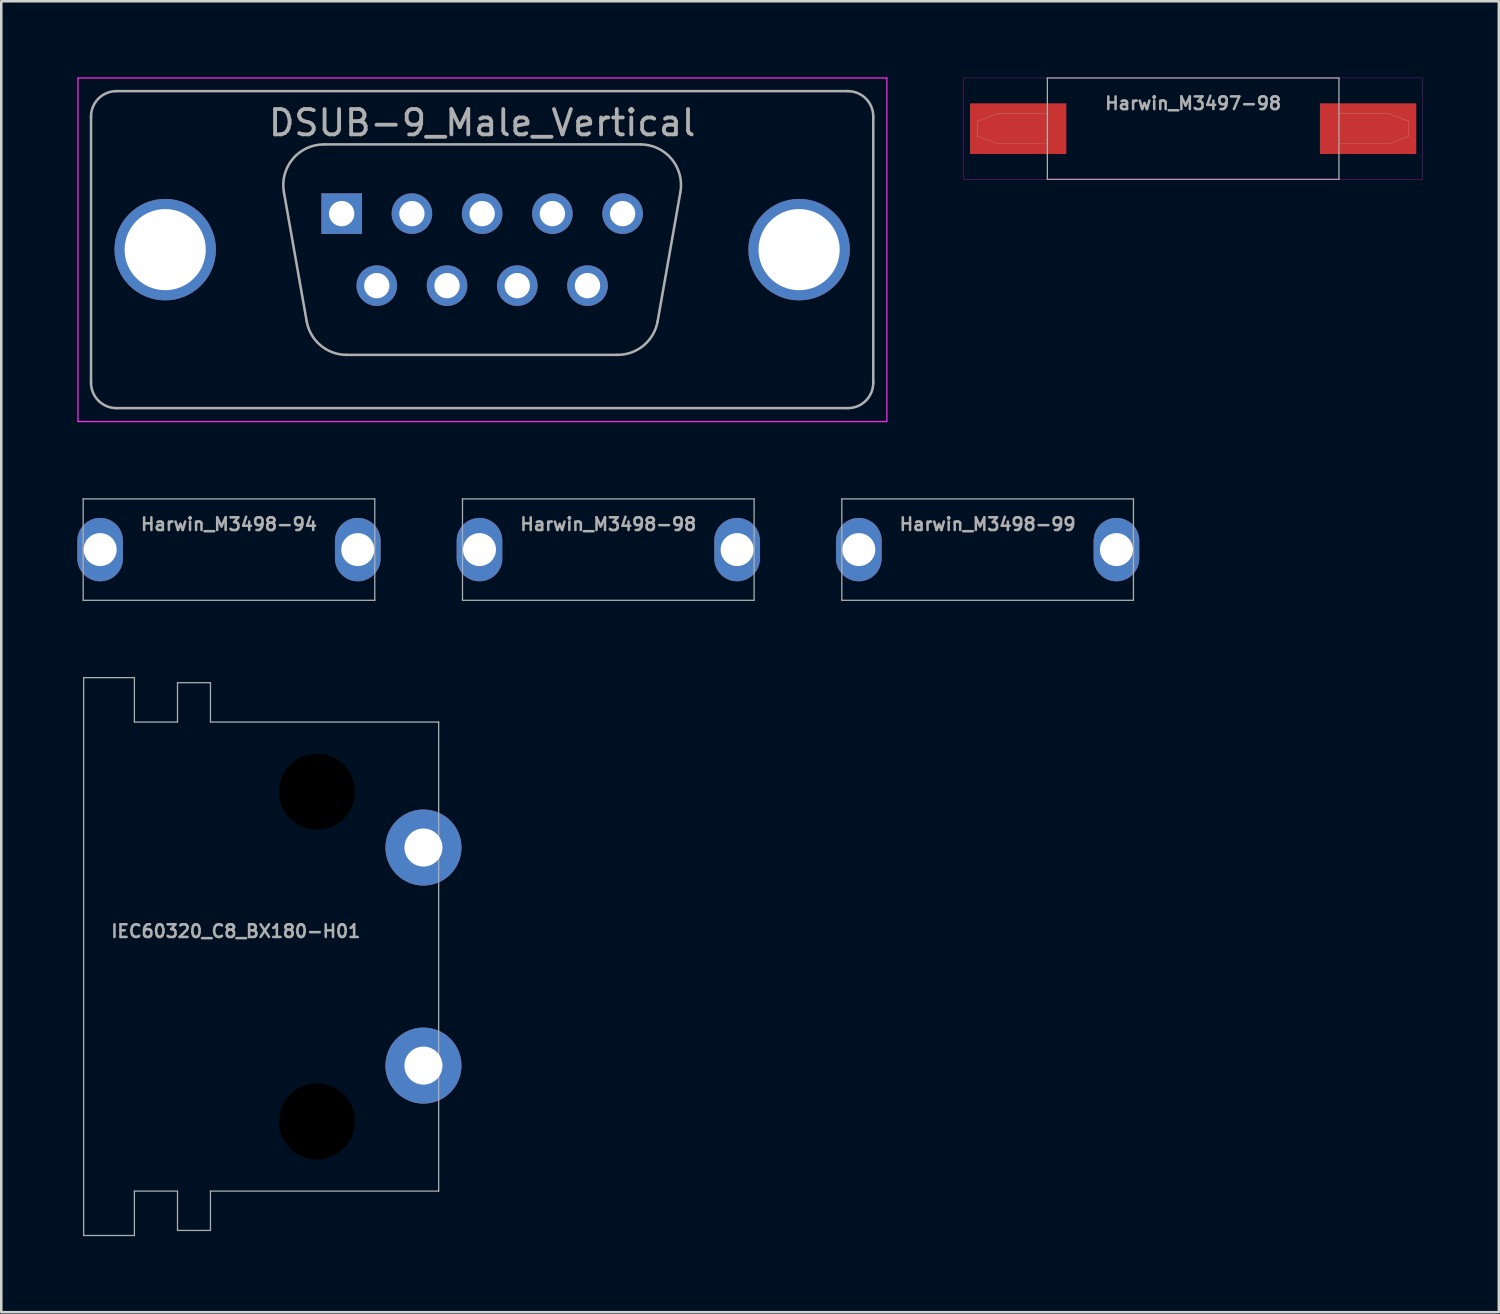
<source format=kicad_pcb>
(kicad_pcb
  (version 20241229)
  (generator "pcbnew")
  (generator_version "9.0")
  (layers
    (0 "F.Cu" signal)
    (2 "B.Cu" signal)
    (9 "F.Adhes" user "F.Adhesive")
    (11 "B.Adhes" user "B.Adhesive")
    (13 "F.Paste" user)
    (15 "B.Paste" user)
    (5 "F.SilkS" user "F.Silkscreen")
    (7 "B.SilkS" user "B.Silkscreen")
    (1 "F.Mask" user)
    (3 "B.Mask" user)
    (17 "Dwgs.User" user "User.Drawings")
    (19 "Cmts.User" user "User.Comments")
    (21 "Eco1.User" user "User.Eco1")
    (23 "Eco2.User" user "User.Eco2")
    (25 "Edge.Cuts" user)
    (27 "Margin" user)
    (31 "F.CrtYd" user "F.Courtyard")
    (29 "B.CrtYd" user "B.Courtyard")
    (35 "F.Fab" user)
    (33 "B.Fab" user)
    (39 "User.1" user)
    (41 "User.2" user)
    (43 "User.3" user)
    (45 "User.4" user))
  (footprint "IEC60320_C8_BX180-H01"
    (layer "F.Cu")
    (at 0.25 34.675)
    (property "Reference" "IEC60320_C8_BX180-H01" (at 6 -1 0) (unlocked yes) (layer "F.Fab") (effects (font (size 0.5 0.5) (thickness 0.1))))
    (attr smd)
    (fp_line (start 0 -11) (end 0 11) (stroke (width 0.05) (type solid)) (layer "F.Fab"))
    (fp_line (start 0 -11) (end 2 -11) (stroke (width 0.05) (type solid)) (layer "F.Fab"))
    (fp_line (start 0 11) (end 2 11) (stroke (width 0.05) (type solid)) (layer "F.Fab"))
    (fp_line (start 2 -11) (end 2 -9.25) (stroke (width 0.05) (type solid)) (layer "F.Fab"))
    (fp_line (start 2 -9.25) (end 3.7 -9.25) (stroke (width 0.05) (type solid)) (layer "F.Fab"))
    (fp_line (start 2 9.25) (end 3.7 9.25) (stroke (width 0.05) (type solid)) (layer "F.Fab"))
    (fp_line (start 2 11) (end 2 9.25) (stroke (width 0.05) (type solid)) (layer "F.Fab"))
    (fp_line (start 3.7 -10.8) (end 5 -10.8) (stroke (width 0.05) (type solid)) (layer "F.Fab"))
    (fp_line (start 3.7 -9.25) (end 3.7 -10.8) (stroke (width 0.05) (type solid)) (layer "F.Fab"))
    (fp_line (start 3.7 9.25) (end 3.7 10.8) (stroke (width 0.05) (type solid)) (layer "F.Fab"))
    (fp_line (start 3.7 10.8) (end 5 10.8) (stroke (width 0.05) (type solid)) (layer "F.Fab"))
    (fp_line (start 5 -10.8) (end 5 -9.25) (stroke (width 0.05) (type solid)) (layer "F.Fab"))
    (fp_line (start 5 -9.25) (end 14 -9.25) (stroke (width 0.05) (type solid)) (layer "F.Fab"))
    (fp_line (start 5 9.25) (end 14 9.25) (stroke (width 0.05) (type solid)) (layer "F.Fab"))
    (fp_line (start 5 10.8) (end 5 9.25) (stroke (width 0.05) (type solid)) (layer "F.Fab"))
    (fp_line (start 14 -9.25) (end 14 9.25) (stroke (width 0.05) (type solid)) (layer "F.Fab"))
    (pad "" np_thru_hole circle (at 9.2 -6.5) (size 3 3) (drill 3) (layers "*.Mask"))
    (pad "" np_thru_hole circle (at 9.2 6.5) (size 3 3) (drill 3) (layers "*.Mask"))
    (pad "1" thru_hole circle (at 13.4 -4.3) (size 3 3) (drill 1.5) (layers "*.Cu" "*.Mask"))
    (pad "2" thru_hole circle (at 13.4 4.3) (size 3 3) (drill 1.5) (layers "*.Cu" "*.Mask")))
  (footprint "DSUB-9_Male_Vertical"
    (layer "F.Cu")
    (at 15.965 6.795)
    (property "Reference" "DSUB-9_Male_Vertical" (at 0 -5 0) (layer "F.Fab") (effects (font (size 1 1) (thickness 0.15))))
    (attr through_hole)
    (fp_line (start -15.94 -6.77) (end -15.94 6.78) (stroke (width 0.05) (type solid)) (layer "F.CrtYd"))
    (fp_line (start -15.94 6.78) (end 15.96 6.78) (stroke (width 0.05) (type solid)) (layer "F.CrtYd"))
    (fp_line (start 15.96 -6.77) (end -15.94 -6.77) (stroke (width 0.05) (type solid)) (layer "F.CrtYd"))
    (fp_line (start 15.96 6.78) (end 15.96 -6.77) (stroke (width 0.05) (type solid)) (layer "F.CrtYd"))
    (fp_line (start -15.425 5.25) (end -15.425 -5.25) (stroke (width 0.1) (type solid)) (layer "F.Fab"))
    (fp_line (start -14.425 -6.25) (end 14.425 -6.25) (stroke (width 0.1) (type solid)) (layer "F.Fab"))
    (fp_line (start -7.819 -2.272) (end -6.92 2.828) (stroke (width 0.1) (type solid)) (layer "F.Fab"))
    (fp_line (start -6.243 -4.15) (end 6.243 -4.15) (stroke (width 0.1) (type solid)) (layer "F.Fab"))
    (fp_line (start -5.344 4.15) (end 5.344 4.15) (stroke (width 0.1) (type solid)) (layer "F.Fab"))
    (fp_line (start 7.819 -2.272) (end 6.92 2.828) (stroke (width 0.1) (type solid)) (layer "F.Fab"))
    (fp_line (start 14.425 6.25) (end -14.425 6.25) (stroke (width 0.1) (type solid)) (layer "F.Fab"))
    (fp_line (start 15.425 -5.25) (end 15.425 5.25) (stroke (width 0.1) (type solid)) (layer "F.Fab"))
    (fp_arc (start -15.425 -5.25) (mid -15.132107 -5.957107) (end -14.425 -6.25) (stroke (width 0.1) (type solid)) (layer "F.Fab"))
    (fp_arc (start -14.425 6.25) (mid -15.132107 5.957107) (end -15.425 5.25) (stroke (width 0.1) (type solid)) (layer "F.Fab"))
    (fp_arc (start -7.818886 -2.272163) (mid -7.468865 -3.57846) (end -6.243194 -4.15) (stroke (width 0.1) (type solid)) (layer "F.Fab"))
    (fp_arc (start -5.343927 4.15) (mid -6.372387 3.775671) (end -6.919619 2.827837) (stroke (width 0.1) (type solid)) (layer "F.Fab"))
    (fp_arc (start 6.243194 -4.15) (mid 7.468865 -3.57846) (end 7.818886 -2.272163) (stroke (width 0.1) (type solid)) (layer "F.Fab"))
    (fp_arc (start 6.919619 2.827837) (mid 6.372387 3.775671) (end 5.343927 4.15) (stroke (width 0.1) (type solid)) (layer "F.Fab"))
    (fp_arc (start 14.425 -6.25) (mid 15.132107 -5.957107) (end 15.425 -5.25) (stroke (width 0.1) (type solid)) (layer "F.Fab"))
    (fp_arc (start 15.425 5.25) (mid 15.132107 5.957107) (end 14.425 6.25) (stroke (width 0.1) (type solid)) (layer "F.Fab"))
    (pad "0" thru_hole circle (at -12.5 0) (size 4 4) (drill 3.2) (layers "*.Cu" "*.Mask"))
    (pad "0" thru_hole circle (at 12.5 0) (size 4 4) (drill 3.2) (layers "*.Cu" "*.Mask"))
    (pad "1" thru_hole rect (at -5.54 -1.42) (size 1.6 1.6) (drill 1) (layers "*.Cu" "*.Mask"))
    (pad "2" thru_hole circle (at -2.77 -1.42) (size 1.6 1.6) (drill 1) (layers "*.Cu" "*.Mask"))
    (pad "3" thru_hole circle (at 0 -1.42) (size 1.6 1.6) (drill 1) (layers "*.Cu" "*.Mask"))
    (pad "4" thru_hole circle (at 2.77 -1.42) (size 1.6 1.6) (drill 1) (layers "*.Cu" "*.Mask"))
    (pad "5" thru_hole circle (at 5.54 -1.42) (size 1.6 1.6) (drill 1) (layers "*.Cu" "*.Mask"))
    (pad "6" thru_hole circle (at -4.155 1.42) (size 1.6 1.6) (drill 1) (layers "*.Cu" "*.Mask"))
    (pad "7" thru_hole circle (at -1.385 1.42) (size 1.6 1.6) (drill 1) (layers "*.Cu" "*.Mask"))
    (pad "8" thru_hole circle (at 1.385 1.42) (size 1.6 1.6) (drill 1) (layers "*.Cu" "*.Mask"))
    (pad "9" thru_hole circle (at 4.155 1.42) (size 1.6 1.6) (drill 1) (layers "*.Cu" "*.Mask")))
  (footprint "Harwin_M3497-98"
    (layer "F.Cu")
    (at 44.005 2.025)
    (property "Reference" "Harwin_M3497-98" (at 0 -1 0) (layer "F.Fab") (effects (font (size 0.5 0.5) (thickness 0.1))))
    (attr smd)
    (fp_line (start -9.05 -2) (end -9.05 2) (stroke (width 0.01) (type solid)) (layer "F.CrtYd"))
    (fp_line (start -9.05 -2) (end 9.05 -2) (stroke (width 0.01) (type solid)) (layer "F.CrtYd"))
    (fp_line (start -9.05 2) (end 9.05 2) (stroke (width 0.01) (type solid)) (layer "F.CrtYd"))
    (fp_line (start 9.05 2) (end 9.05 -2) (stroke (width 0.01) (type solid)) (layer "F.CrtYd"))
    (fp_line (start -8.5 -0.3) (end -8.5 0.3) (stroke (width 0.01) (type solid)) (layer "F.Fab"))
    (fp_line (start -8.5 0.3) (end -7.7 0.6) (stroke (width 0.01) (type solid)) (layer "F.Fab"))
    (fp_line (start -7.7 -0.6) (end -8.5 -0.3) (stroke (width 0.01) (type solid)) (layer "F.Fab"))
    (fp_line (start -7.7 -0.6) (end -5.75 -0.6) (stroke (width 0.01) (type solid)) (layer "F.Fab"))
    (fp_line (start -7.7 0.6) (end -5.75 0.6) (stroke (width 0.01) (type solid)) (layer "F.Fab"))
    (fp_line (start -5.75 -2) (end -5.75 2) (stroke (width 0.05) (type solid)) (layer "F.Fab"))
    (fp_line (start -5.75 2) (end 5.75 2) (stroke (width 0.05) (type solid)) (layer "F.Fab"))
    (fp_line (start 5.75 -2) (end -5.75 -2) (stroke (width 0.05) (type solid)) (layer "F.Fab"))
    (fp_line (start 5.75 2) (end 5.75 -2) (stroke (width 0.05) (type solid)) (layer "F.Fab"))
    (fp_line (start 7.7 -0.6) (end 5.75 -0.6) (stroke (width 0.01) (type solid)) (layer "F.Fab"))
    (fp_line (start 7.7 0.6) (end 5.75 0.6) (stroke (width 0.01) (type solid)) (layer "F.Fab"))
    (fp_line (start 7.7 0.6) (end 8.5 0.3) (stroke (width 0.01) (type solid)) (layer "F.Fab"))
    (fp_line (start 8.5 -0.3) (end 7.7 -0.6) (stroke (width 0.01) (type solid)) (layer "F.Fab"))
    (fp_line (start 8.5 0.3) (end 8.5 -0.3) (stroke (width 0.01) (type solid)) (layer "F.Fab"))
    (pad "1" smd rect (at -6.9 0) (size 3.8 2) (layers "F.Cu" "F.Mask" "F.Paste"))
    (pad "1" smd rect (at 6.9 0) (size 3.8 2) (layers "F.Cu" "F.Mask" "F.Paste")))
  (footprint "Harwin_M3498-99"
    (layer "F.Cu")
    (at 35.9 18.625)
    (property "Reference" "Harwin_M3498-99" (at 0 -1 0) (layer "F.Fab") (effects (font (size 0.5 0.5) (thickness 0.1))))
    (attr through_hole)
    (fp_line (start -5.75 -2) (end -5.75 2) (stroke (width 0.05) (type solid)) (layer "F.Fab"))
    (fp_line (start -5.75 2) (end 5.75 2) (stroke (width 0.05) (type solid)) (layer "F.Fab"))
    (fp_line (start 5.75 -2) (end -5.75 -2) (stroke (width 0.05) (type solid)) (layer "F.Fab"))
    (fp_line (start 5.75 2) (end 5.75 -2) (stroke (width 0.05) (type solid)) (layer "F.Fab"))
    (pad "1" thru_hole oval (at -5.08 0) (size 1.8 2.5) (drill 1.3) (layers "*.Cu" "*.Mask"))
    (pad "2" thru_hole oval (at 5.08 0) (size 1.8 2.5) (drill 1.3) (layers "*.Cu" "*.Mask")))
  (footprint "Harwin_M3498-98"
    (layer "F.Cu")
    (at 20.94 18.625)
    (property "Reference" "Harwin_M3498-98" (at 0 -1 0) (layer "F.Fab") (effects (font (size 0.5 0.5) (thickness 0.1))))
    (attr through_hole)
    (fp_line (start -5.75 -2) (end -5.75 2) (stroke (width 0.05) (type solid)) (layer "F.Fab"))
    (fp_line (start -5.75 2) (end 5.75 2) (stroke (width 0.05) (type solid)) (layer "F.Fab"))
    (fp_line (start 5.75 -2) (end -5.75 -2) (stroke (width 0.05) (type solid)) (layer "F.Fab"))
    (fp_line (start 5.75 2) (end 5.75 -2) (stroke (width 0.05) (type solid)) (layer "F.Fab"))
    (pad "1" thru_hole oval (at -5.08 0) (size 1.8 2.5) (drill 1.3) (layers "*.Cu" "*.Mask"))
    (pad "2" thru_hole oval (at 5.08 0) (size 1.8 2.5) (drill 1.3) (layers "*.Cu" "*.Mask")))
  (footprint "Harwin_M3498-94"
    (layer "F.Cu")
    (at 5.98 18.625)
    (property "Reference" "Harwin_M3498-94" (at 0 -1 0) (layer "F.Fab") (effects (font (size 0.5 0.5) (thickness 0.1))))
    (attr through_hole)
    (fp_line (start -5.75 -2) (end -5.75 2) (stroke (width 0.05) (type solid)) (layer "F.Fab"))
    (fp_line (start -5.75 2) (end 5.75 2) (stroke (width 0.05) (type solid)) (layer "F.Fab"))
    (fp_line (start 5.75 -2) (end -5.75 -2) (stroke (width 0.05) (type solid)) (layer "F.Fab"))
    (fp_line (start 5.75 2) (end 5.75 -2) (stroke (width 0.05) (type solid)) (layer "F.Fab"))
    (pad "1" thru_hole oval (at -5.08 0) (size 1.8 2.5) (drill 1.3) (layers "*.Cu" "*.Mask"))
    (pad "2" thru_hole oval (at 5.08 0) (size 1.8 2.5) (drill 1.3) (layers "*.Cu" "*.Mask")))
  (gr_rect
    (start -3 -3)
    (end 56.06 48.7)
    (stroke (width 0.1) (type default))
    (fill no)
    (layer "Edge.Cuts")))
</source>
